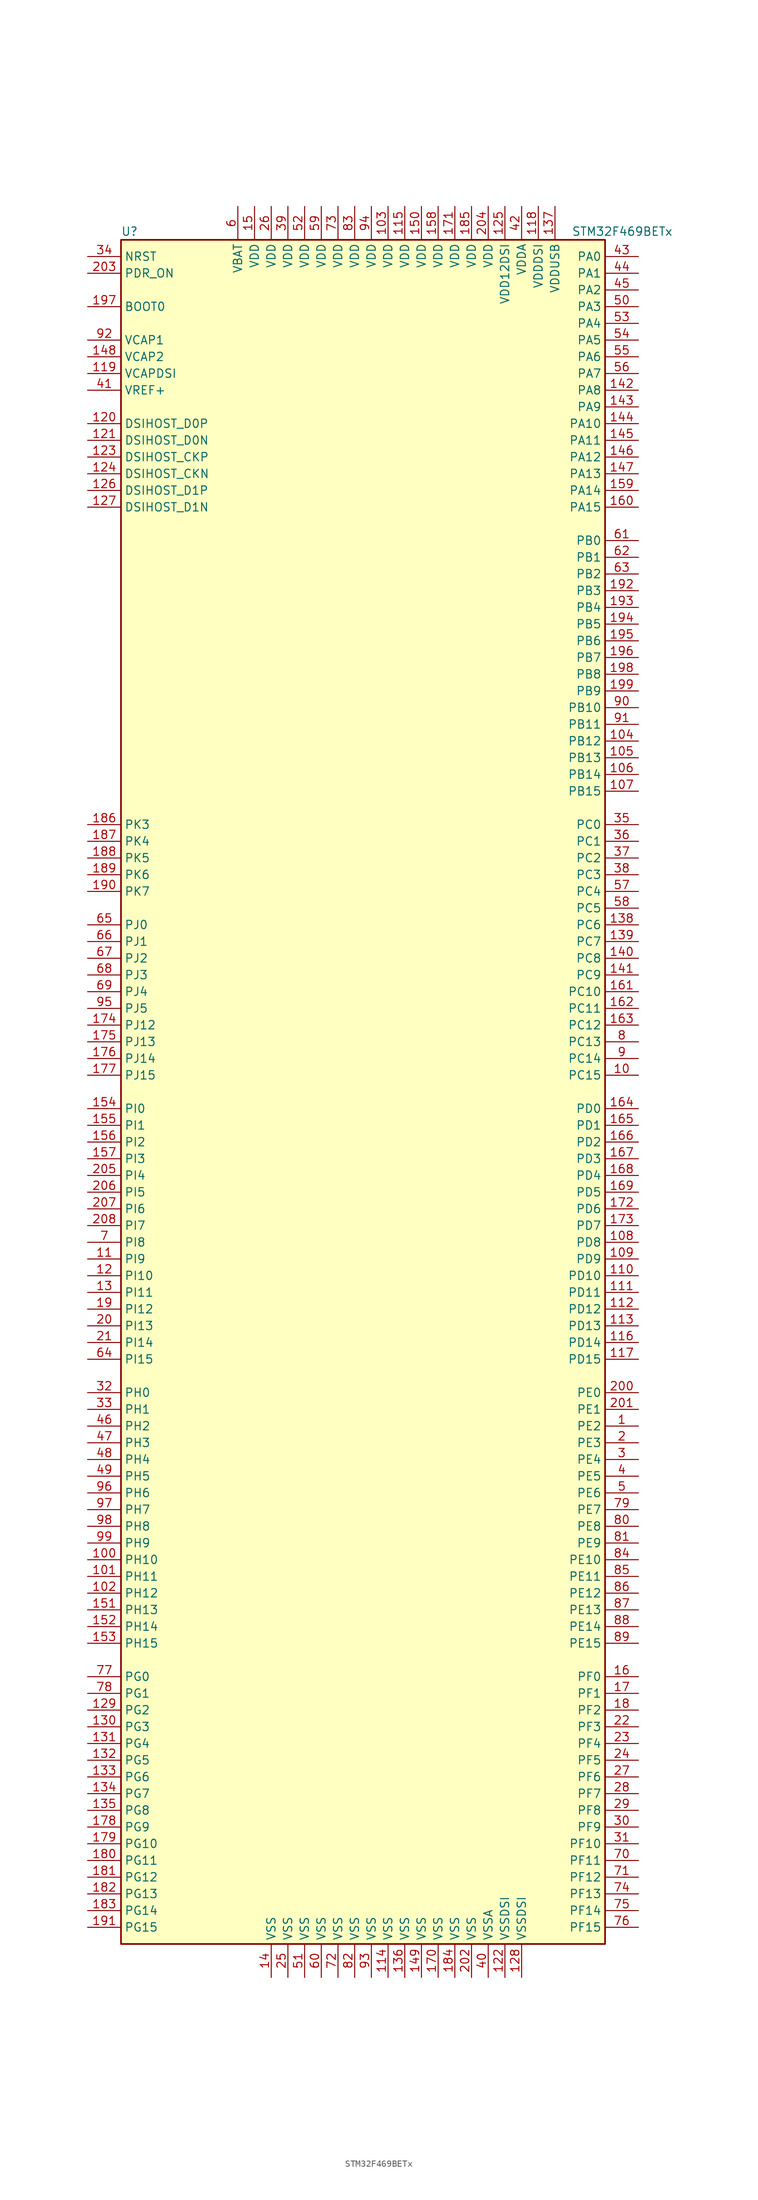
<source format=kicad_sym>
(kicad_symbol_lib
  (version 20211014)
  (generator kicad_symbol_editor)
  (symbol "STM32F469BETx"
    (property "Reference" "U"
      (at -38.1 130.81 0)
      (effects (font (size 1.27 1.27)) (justify left)))
    (property "Value" "STM32F469BETx"
      (at 30.48 130.81 0)
      (effects (font (size 1.27 1.27)) (justify left)))
    (symbol "STM32F469BETx_0_1"
      (rectangle (start -38.1 -129.54) (end 35.56 129.54) (stroke (width 0.254) (type default) (color 0 0 0 0)) (fill (type background))))
    (symbol "STM32F469BETx_1_1"
      (pin bidirectional line (at 40.64 -50.8 180) (length 5.08) (name "PE2" (effects (font (size 1.27 1.27)))) (number "1" (effects (font (size 1.27 1.27)))))
      (pin bidirectional line (at 40.64 2.54 180) (length 5.08) (name "PC15" (effects (font (size 1.27 1.27)))) (number "10" (effects (font (size 1.27 1.27)))))
      (pin bidirectional line (at -43.18 -71.12 0) (length 5.08) (name "PH10" (effects (font (size 1.27 1.27)))) (number "100" (effects (font (size 1.27 1.27)))))
      (pin bidirectional line (at -43.18 -73.66 0) (length 5.08) (name "PH11" (effects (font (size 1.27 1.27)))) (number "101" (effects (font (size 1.27 1.27)))))
      (pin bidirectional line (at -43.18 -76.2 0) (length 5.08) (name "PH12" (effects (font (size 1.27 1.27)))) (number "102" (effects (font (size 1.27 1.27)))))
      (pin power_in line (at 2.54 134.62 270) (length 5.08) (name "VDD" (effects (font (size 1.27 1.27)))) (number "103" (effects (font (size 1.27 1.27)))))
      (pin bidirectional line (at 40.64 53.34 180) (length 5.08) (name "PB12" (effects (font (size 1.27 1.27)))) (number "104" (effects (font (size 1.27 1.27)))))
      (pin bidirectional line (at 40.64 50.8 180) (length 5.08) (name "PB13" (effects (font (size 1.27 1.27)))) (number "105" (effects (font (size 1.27 1.27)))))
      (pin bidirectional line (at 40.64 48.26 180) (length 5.08) (name "PB14" (effects (font (size 1.27 1.27)))) (number "106" (effects (font (size 1.27 1.27)))))
      (pin bidirectional line (at 40.64 45.72 180) (length 5.08) (name "PB15" (effects (font (size 1.27 1.27)))) (number "107" (effects (font (size 1.27 1.27)))))
      (pin bidirectional line (at 40.64 -22.86 180) (length 5.08) (name "PD8" (effects (font (size 1.27 1.27)))) (number "108" (effects (font (size 1.27 1.27)))))
      (pin bidirectional line (at 40.64 -25.4 180) (length 5.08) (name "PD9" (effects (font (size 1.27 1.27)))) (number "109" (effects (font (size 1.27 1.27)))))
      (pin bidirectional line (at -43.18 -25.4 0) (length 5.08) (name "PI9" (effects (font (size 1.27 1.27)))) (number "11" (effects (font (size 1.27 1.27)))))
      (pin bidirectional line (at 40.64 -27.94 180) (length 5.08) (name "PD10" (effects (font (size 1.27 1.27)))) (number "110" (effects (font (size 1.27 1.27)))))
      (pin bidirectional line (at 40.64 -30.48 180) (length 5.08) (name "PD11" (effects (font (size 1.27 1.27)))) (number "111" (effects (font (size 1.27 1.27)))))
      (pin bidirectional line (at 40.64 -33.02 180) (length 5.08) (name "PD12" (effects (font (size 1.27 1.27)))) (number "112" (effects (font (size 1.27 1.27)))))
      (pin bidirectional line (at 40.64 -35.56 180) (length 5.08) (name "PD13" (effects (font (size 1.27 1.27)))) (number "113" (effects (font (size 1.27 1.27)))))
      (pin power_in line (at 2.54 -134.62 90) (length 5.08) (name "VSS" (effects (font (size 1.27 1.27)))) (number "114" (effects (font (size 1.27 1.27)))))
      (pin power_in line (at 5.08 134.62 270) (length 5.08) (name "VDD" (effects (font (size 1.27 1.27)))) (number "115" (effects (font (size 1.27 1.27)))))
      (pin bidirectional line (at 40.64 -38.1 180) (length 5.08) (name "PD14" (effects (font (size 1.27 1.27)))) (number "116" (effects (font (size 1.27 1.27)))))
      (pin bidirectional line (at 40.64 -40.64 180) (length 5.08) (name "PD15" (effects (font (size 1.27 1.27)))) (number "117" (effects (font (size 1.27 1.27)))))
      (pin power_in line (at 25.4 134.62 270) (length 5.08) (name "VDDDSI" (effects (font (size 1.27 1.27)))) (number "118" (effects (font (size 1.27 1.27)))))
      (pin power_in line (at -43.18 109.22 0) (length 5.08) (name "VCAPDSI" (effects (font (size 1.27 1.27)))) (number "119" (effects (font (size 1.27 1.27)))))
      (pin bidirectional line (at -43.18 -27.94 0) (length 5.08) (name "PI10" (effects (font (size 1.27 1.27)))) (number "12" (effects (font (size 1.27 1.27)))))
      (pin bidirectional line (at -43.18 101.6 0) (length 5.08) (name "DSIHOST_D0P" (effects (font (size 1.27 1.27)))) (number "120" (effects (font (size 1.27 1.27)))))
      (pin bidirectional line (at -43.18 99.06 0) (length 5.08) (name "DSIHOST_D0N" (effects (font (size 1.27 1.27)))) (number "121" (effects (font (size 1.27 1.27)))))
      (pin power_in line (at 20.32 -134.62 90) (length 5.08) (name "VSSDSI" (effects (font (size 1.27 1.27)))) (number "122" (effects (font (size 1.27 1.27)))))
      (pin bidirectional line (at -43.18 96.52 0) (length 5.08) (name "DSIHOST_CKP" (effects (font (size 1.27 1.27)))) (number "123" (effects (font (size 1.27 1.27)))))
      (pin bidirectional line (at -43.18 93.98 0) (length 5.08) (name "DSIHOST_CKN" (effects (font (size 1.27 1.27)))) (number "124" (effects (font (size 1.27 1.27)))))
      (pin power_in line (at 20.32 134.62 270) (length 5.08) (name "VDD12DSI" (effects (font (size 1.27 1.27)))) (number "125" (effects (font (size 1.27 1.27)))))
      (pin bidirectional line (at -43.18 91.44 0) (length 5.08) (name "DSIHOST_D1P" (effects (font (size 1.27 1.27)))) (number "126" (effects (font (size 1.27 1.27)))))
      (pin bidirectional line (at -43.18 88.9 0) (length 5.08) (name "DSIHOST_D1N" (effects (font (size 1.27 1.27)))) (number "127" (effects (font (size 1.27 1.27)))))
      (pin power_in line (at 22.86 -134.62 90) (length 5.08) (name "VSSDSI" (effects (font (size 1.27 1.27)))) (number "128" (effects (font (size 1.27 1.27)))))
      (pin bidirectional line (at -43.18 -93.98 0) (length 5.08) (name "PG2" (effects (font (size 1.27 1.27)))) (number "129" (effects (font (size 1.27 1.27)))))
      (pin bidirectional line (at -43.18 -30.48 0) (length 5.08) (name "PI11" (effects (font (size 1.27 1.27)))) (number "13" (effects (font (size 1.27 1.27)))))
      (pin bidirectional line (at -43.18 -96.52 0) (length 5.08) (name "PG3" (effects (font (size 1.27 1.27)))) (number "130" (effects (font (size 1.27 1.27)))))
      (pin bidirectional line (at -43.18 -99.06 0) (length 5.08) (name "PG4" (effects (font (size 1.27 1.27)))) (number "131" (effects (font (size 1.27 1.27)))))
      (pin bidirectional line (at -43.18 -101.6 0) (length 5.08) (name "PG5" (effects (font (size 1.27 1.27)))) (number "132" (effects (font (size 1.27 1.27)))))
      (pin bidirectional line (at -43.18 -104.14 0) (length 5.08) (name "PG6" (effects (font (size 1.27 1.27)))) (number "133" (effects (font (size 1.27 1.27)))))
      (pin bidirectional line (at -43.18 -106.68 0) (length 5.08) (name "PG7" (effects (font (size 1.27 1.27)))) (number "134" (effects (font (size 1.27 1.27)))))
      (pin bidirectional line (at -43.18 -109.22 0) (length 5.08) (name "PG8" (effects (font (size 1.27 1.27)))) (number "135" (effects (font (size 1.27 1.27)))))
      (pin power_in line (at 5.08 -134.62 90) (length 5.08) (name "VSS" (effects (font (size 1.27 1.27)))) (number "136" (effects (font (size 1.27 1.27)))))
      (pin power_in line (at 27.94 134.62 270) (length 5.08) (name "VDDUSB" (effects (font (size 1.27 1.27)))) (number "137" (effects (font (size 1.27 1.27)))))
      (pin bidirectional line (at 40.64 25.4 180) (length 5.08) (name "PC6" (effects (font (size 1.27 1.27)))) (number "138" (effects (font (size 1.27 1.27)))))
      (pin bidirectional line (at 40.64 22.86 180) (length 5.08) (name "PC7" (effects (font (size 1.27 1.27)))) (number "139" (effects (font (size 1.27 1.27)))))
      (pin power_in line (at -15.24 -134.62 90) (length 5.08) (name "VSS" (effects (font (size 1.27 1.27)))) (number "14" (effects (font (size 1.27 1.27)))))
      (pin bidirectional line (at 40.64 20.32 180) (length 5.08) (name "PC8" (effects (font (size 1.27 1.27)))) (number "140" (effects (font (size 1.27 1.27)))))
      (pin bidirectional line (at 40.64 17.78 180) (length 5.08) (name "PC9" (effects (font (size 1.27 1.27)))) (number "141" (effects (font (size 1.27 1.27)))))
      (pin bidirectional line (at 40.64 106.68 180) (length 5.08) (name "PA8" (effects (font (size 1.27 1.27)))) (number "142" (effects (font (size 1.27 1.27)))))
      (pin bidirectional line (at 40.64 104.14 180) (length 5.08) (name "PA9" (effects (font (size 1.27 1.27)))) (number "143" (effects (font (size 1.27 1.27)))))
      (pin bidirectional line (at 40.64 101.6 180) (length 5.08) (name "PA10" (effects (font (size 1.27 1.27)))) (number "144" (effects (font (size 1.27 1.27)))))
      (pin bidirectional line (at 40.64 99.06 180) (length 5.08) (name "PA11" (effects (font (size 1.27 1.27)))) (number "145" (effects (font (size 1.27 1.27)))))
      (pin bidirectional line (at 40.64 96.52 180) (length 5.08) (name "PA12" (effects (font (size 1.27 1.27)))) (number "146" (effects (font (size 1.27 1.27)))))
      (pin bidirectional line (at 40.64 93.98 180) (length 5.08) (name "PA13" (effects (font (size 1.27 1.27)))) (number "147" (effects (font (size 1.27 1.27)))))
      (pin power_in line (at -43.18 111.76 0) (length 5.08) (name "VCAP2" (effects (font (size 1.27 1.27)))) (number "148" (effects (font (size 1.27 1.27)))))
      (pin power_in line (at 7.62 -134.62 90) (length 5.08) (name "VSS" (effects (font (size 1.27 1.27)))) (number "149" (effects (font (size 1.27 1.27)))))
      (pin power_in line (at -17.78 134.62 270) (length 5.08) (name "VDD" (effects (font (size 1.27 1.27)))) (number "15" (effects (font (size 1.27 1.27)))))
      (pin power_in line (at 7.62 134.62 270) (length 5.08) (name "VDD" (effects (font (size 1.27 1.27)))) (number "150" (effects (font (size 1.27 1.27)))))
      (pin bidirectional line (at -43.18 -78.74 0) (length 5.08) (name "PH13" (effects (font (size 1.27 1.27)))) (number "151" (effects (font (size 1.27 1.27)))))
      (pin bidirectional line (at -43.18 -81.28 0) (length 5.08) (name "PH14" (effects (font (size 1.27 1.27)))) (number "152" (effects (font (size 1.27 1.27)))))
      (pin bidirectional line (at -43.18 -83.82 0) (length 5.08) (name "PH15" (effects (font (size 1.27 1.27)))) (number "153" (effects (font (size 1.27 1.27)))))
      (pin bidirectional line (at -43.18 -2.54 0) (length 5.08) (name "PI0" (effects (font (size 1.27 1.27)))) (number "154" (effects (font (size 1.27 1.27)))))
      (pin bidirectional line (at -43.18 -5.08 0) (length 5.08) (name "PI1" (effects (font (size 1.27 1.27)))) (number "155" (effects (font (size 1.27 1.27)))))
      (pin bidirectional line (at -43.18 -7.62 0) (length 5.08) (name "PI2" (effects (font (size 1.27 1.27)))) (number "156" (effects (font (size 1.27 1.27)))))
      (pin bidirectional line (at -43.18 -10.16 0) (length 5.08) (name "PI3" (effects (font (size 1.27 1.27)))) (number "157" (effects (font (size 1.27 1.27)))))
      (pin power_in line (at 10.16 134.62 270) (length 5.08) (name "VDD" (effects (font (size 1.27 1.27)))) (number "158" (effects (font (size 1.27 1.27)))))
      (pin bidirectional line (at 40.64 91.44 180) (length 5.08) (name "PA14" (effects (font (size 1.27 1.27)))) (number "159" (effects (font (size 1.27 1.27)))))
      (pin bidirectional line (at 40.64 -88.9 180) (length 5.08) (name "PF0" (effects (font (size 1.27 1.27)))) (number "16" (effects (font (size 1.27 1.27)))))
      (pin bidirectional line (at 40.64 88.9 180) (length 5.08) (name "PA15" (effects (font (size 1.27 1.27)))) (number "160" (effects (font (size 1.27 1.27)))))
      (pin bidirectional line (at 40.64 15.24 180) (length 5.08) (name "PC10" (effects (font (size 1.27 1.27)))) (number "161" (effects (font (size 1.27 1.27)))))
      (pin bidirectional line (at 40.64 12.7 180) (length 5.08) (name "PC11" (effects (font (size 1.27 1.27)))) (number "162" (effects (font (size 1.27 1.27)))))
      (pin bidirectional line (at 40.64 10.16 180) (length 5.08) (name "PC12" (effects (font (size 1.27 1.27)))) (number "163" (effects (font (size 1.27 1.27)))))
      (pin bidirectional line (at 40.64 -2.54 180) (length 5.08) (name "PD0" (effects (font (size 1.27 1.27)))) (number "164" (effects (font (size 1.27 1.27)))))
      (pin bidirectional line (at 40.64 -5.08 180) (length 5.08) (name "PD1" (effects (font (size 1.27 1.27)))) (number "165" (effects (font (size 1.27 1.27)))))
      (pin bidirectional line (at 40.64 -7.62 180) (length 5.08) (name "PD2" (effects (font (size 1.27 1.27)))) (number "166" (effects (font (size 1.27 1.27)))))
      (pin bidirectional line (at 40.64 -10.16 180) (length 5.08) (name "PD3" (effects (font (size 1.27 1.27)))) (number "167" (effects (font (size 1.27 1.27)))))
      (pin bidirectional line (at 40.64 -12.7 180) (length 5.08) (name "PD4" (effects (font (size 1.27 1.27)))) (number "168" (effects (font (size 1.27 1.27)))))
      (pin bidirectional line (at 40.64 -15.24 180) (length 5.08) (name "PD5" (effects (font (size 1.27 1.27)))) (number "169" (effects (font (size 1.27 1.27)))))
      (pin bidirectional line (at 40.64 -91.44 180) (length 5.08) (name "PF1" (effects (font (size 1.27 1.27)))) (number "17" (effects (font (size 1.27 1.27)))))
      (pin power_in line (at 10.16 -134.62 90) (length 5.08) (name "VSS" (effects (font (size 1.27 1.27)))) (number "170" (effects (font (size 1.27 1.27)))))
      (pin power_in line (at 12.7 134.62 270) (length 5.08) (name "VDD" (effects (font (size 1.27 1.27)))) (number "171" (effects (font (size 1.27 1.27)))))
      (pin bidirectional line (at 40.64 -17.78 180) (length 5.08) (name "PD6" (effects (font (size 1.27 1.27)))) (number "172" (effects (font (size 1.27 1.27)))))
      (pin bidirectional line (at 40.64 -20.32 180) (length 5.08) (name "PD7" (effects (font (size 1.27 1.27)))) (number "173" (effects (font (size 1.27 1.27)))))
      (pin bidirectional line (at -43.18 10.16 0) (length 5.08) (name "PJ12" (effects (font (size 1.27 1.27)))) (number "174" (effects (font (size 1.27 1.27)))))
      (pin bidirectional line (at -43.18 7.62 0) (length 5.08) (name "PJ13" (effects (font (size 1.27 1.27)))) (number "175" (effects (font (size 1.27 1.27)))))
      (pin bidirectional line (at -43.18 5.08 0) (length 5.08) (name "PJ14" (effects (font (size 1.27 1.27)))) (number "176" (effects (font (size 1.27 1.27)))))
      (pin bidirectional line (at -43.18 2.54 0) (length 5.08) (name "PJ15" (effects (font (size 1.27 1.27)))) (number "177" (effects (font (size 1.27 1.27)))))
      (pin bidirectional line (at -43.18 -111.76 0) (length 5.08) (name "PG9" (effects (font (size 1.27 1.27)))) (number "178" (effects (font (size 1.27 1.27)))))
      (pin bidirectional line (at -43.18 -114.3 0) (length 5.08) (name "PG10" (effects (font (size 1.27 1.27)))) (number "179" (effects (font (size 1.27 1.27)))))
      (pin bidirectional line (at 40.64 -93.98 180) (length 5.08) (name "PF2" (effects (font (size 1.27 1.27)))) (number "18" (effects (font (size 1.27 1.27)))))
      (pin bidirectional line (at -43.18 -116.84 0) (length 5.08) (name "PG11" (effects (font (size 1.27 1.27)))) (number "180" (effects (font (size 1.27 1.27)))))
      (pin bidirectional line (at -43.18 -119.38 0) (length 5.08) (name "PG12" (effects (font (size 1.27 1.27)))) (number "181" (effects (font (size 1.27 1.27)))))
      (pin bidirectional line (at -43.18 -121.92 0) (length 5.08) (name "PG13" (effects (font (size 1.27 1.27)))) (number "182" (effects (font (size 1.27 1.27)))))
      (pin bidirectional line (at -43.18 -124.46 0) (length 5.08) (name "PG14" (effects (font (size 1.27 1.27)))) (number "183" (effects (font (size 1.27 1.27)))))
      (pin power_in line (at 12.7 -134.62 90) (length 5.08) (name "VSS" (effects (font (size 1.27 1.27)))) (number "184" (effects (font (size 1.27 1.27)))))
      (pin power_in line (at 15.24 134.62 270) (length 5.08) (name "VDD" (effects (font (size 1.27 1.27)))) (number "185" (effects (font (size 1.27 1.27)))))
      (pin bidirectional line (at -43.18 40.64 0) (length 5.08) (name "PK3" (effects (font (size 1.27 1.27)))) (number "186" (effects (font (size 1.27 1.27)))))
      (pin bidirectional line (at -43.18 38.1 0) (length 5.08) (name "PK4" (effects (font (size 1.27 1.27)))) (number "187" (effects (font (size 1.27 1.27)))))
      (pin bidirectional line (at -43.18 35.56 0) (length 5.08) (name "PK5" (effects (font (size 1.27 1.27)))) (number "188" (effects (font (size 1.27 1.27)))))
      (pin bidirectional line (at -43.18 33.02 0) (length 5.08) (name "PK6" (effects (font (size 1.27 1.27)))) (number "189" (effects (font (size 1.27 1.27)))))
      (pin bidirectional line (at -43.18 -33.02 0) (length 5.08) (name "PI12" (effects (font (size 1.27 1.27)))) (number "19" (effects (font (size 1.27 1.27)))))
      (pin bidirectional line (at -43.18 30.48 0) (length 5.08) (name "PK7" (effects (font (size 1.27 1.27)))) (number "190" (effects (font (size 1.27 1.27)))))
      (pin bidirectional line (at -43.18 -127 0) (length 5.08) (name "PG15" (effects (font (size 1.27 1.27)))) (number "191" (effects (font (size 1.27 1.27)))))
      (pin bidirectional line (at 40.64 76.2 180) (length 5.08) (name "PB3" (effects (font (size 1.27 1.27)))) (number "192" (effects (font (size 1.27 1.27)))))
      (pin bidirectional line (at 40.64 73.66 180) (length 5.08) (name "PB4" (effects (font (size 1.27 1.27)))) (number "193" (effects (font (size 1.27 1.27)))))
      (pin bidirectional line (at 40.64 71.12 180) (length 5.08) (name "PB5" (effects (font (size 1.27 1.27)))) (number "194" (effects (font (size 1.27 1.27)))))
      (pin bidirectional line (at 40.64 68.58 180) (length 5.08) (name "PB6" (effects (font (size 1.27 1.27)))) (number "195" (effects (font (size 1.27 1.27)))))
      (pin bidirectional line (at 40.64 66.04 180) (length 5.08) (name "PB7" (effects (font (size 1.27 1.27)))) (number "196" (effects (font (size 1.27 1.27)))))
      (pin input line (at -43.18 119.38 0) (length 5.08) (name "BOOT0" (effects (font (size 1.27 1.27)))) (number "197" (effects (font (size 1.27 1.27)))))
      (pin bidirectional line (at 40.64 63.5 180) (length 5.08) (name "PB8" (effects (font (size 1.27 1.27)))) (number "198" (effects (font (size 1.27 1.27)))))
      (pin bidirectional line (at 40.64 60.96 180) (length 5.08) (name "PB9" (effects (font (size 1.27 1.27)))) (number "199" (effects (font (size 1.27 1.27)))))
      (pin bidirectional line (at 40.64 -53.34 180) (length 5.08) (name "PE3" (effects (font (size 1.27 1.27)))) (number "2" (effects (font (size 1.27 1.27)))))
      (pin bidirectional line (at -43.18 -35.56 0) (length 5.08) (name "PI13" (effects (font (size 1.27 1.27)))) (number "20" (effects (font (size 1.27 1.27)))))
      (pin bidirectional line (at 40.64 -45.72 180) (length 5.08) (name "PE0" (effects (font (size 1.27 1.27)))) (number "200" (effects (font (size 1.27 1.27)))))
      (pin bidirectional line (at 40.64 -48.26 180) (length 5.08) (name "PE1" (effects (font (size 1.27 1.27)))) (number "201" (effects (font (size 1.27 1.27)))))
      (pin power_in line (at 15.24 -134.62 90) (length 5.08) (name "VSS" (effects (font (size 1.27 1.27)))) (number "202" (effects (font (size 1.27 1.27)))))
      (pin input line (at -43.18 124.46 0) (length 5.08) (name "PDR_ON" (effects (font (size 1.27 1.27)))) (number "203" (effects (font (size 1.27 1.27)))))
      (pin power_in line (at 17.78 134.62 270) (length 5.08) (name "VDD" (effects (font (size 1.27 1.27)))) (number "204" (effects (font (size 1.27 1.27)))))
      (pin bidirectional line (at -43.18 -12.7 0) (length 5.08) (name "PI4" (effects (font (size 1.27 1.27)))) (number "205" (effects (font (size 1.27 1.27)))))
      (pin bidirectional line (at -43.18 -15.24 0) (length 5.08) (name "PI5" (effects (font (size 1.27 1.27)))) (number "206" (effects (font (size 1.27 1.27)))))
      (pin bidirectional line (at -43.18 -17.78 0) (length 5.08) (name "PI6" (effects (font (size 1.27 1.27)))) (number "207" (effects (font (size 1.27 1.27)))))
      (pin bidirectional line (at -43.18 -20.32 0) (length 5.08) (name "PI7" (effects (font (size 1.27 1.27)))) (number "208" (effects (font (size 1.27 1.27)))))
      (pin bidirectional line (at -43.18 -38.1 0) (length 5.08) (name "PI14" (effects (font (size 1.27 1.27)))) (number "21" (effects (font (size 1.27 1.27)))))
      (pin bidirectional line (at 40.64 -96.52 180) (length 5.08) (name "PF3" (effects (font (size 1.27 1.27)))) (number "22" (effects (font (size 1.27 1.27)))))
      (pin bidirectional line (at 40.64 -99.06 180) (length 5.08) (name "PF4" (effects (font (size 1.27 1.27)))) (number "23" (effects (font (size 1.27 1.27)))))
      (pin bidirectional line (at 40.64 -101.6 180) (length 5.08) (name "PF5" (effects (font (size 1.27 1.27)))) (number "24" (effects (font (size 1.27 1.27)))))
      (pin power_in line (at -12.7 -134.62 90) (length 5.08) (name "VSS" (effects (font (size 1.27 1.27)))) (number "25" (effects (font (size 1.27 1.27)))))
      (pin power_in line (at -15.24 134.62 270) (length 5.08) (name "VDD" (effects (font (size 1.27 1.27)))) (number "26" (effects (font (size 1.27 1.27)))))
      (pin bidirectional line (at 40.64 -104.14 180) (length 5.08) (name "PF6" (effects (font (size 1.27 1.27)))) (number "27" (effects (font (size 1.27 1.27)))))
      (pin bidirectional line (at 40.64 -106.68 180) (length 5.08) (name "PF7" (effects (font (size 1.27 1.27)))) (number "28" (effects (font (size 1.27 1.27)))))
      (pin bidirectional line (at 40.64 -109.22 180) (length 5.08) (name "PF8" (effects (font (size 1.27 1.27)))) (number "29" (effects (font (size 1.27 1.27)))))
      (pin bidirectional line (at 40.64 -55.88 180) (length 5.08) (name "PE4" (effects (font (size 1.27 1.27)))) (number "3" (effects (font (size 1.27 1.27)))))
      (pin bidirectional line (at 40.64 -111.76 180) (length 5.08) (name "PF9" (effects (font (size 1.27 1.27)))) (number "30" (effects (font (size 1.27 1.27)))))
      (pin bidirectional line (at 40.64 -114.3 180) (length 5.08) (name "PF10" (effects (font (size 1.27 1.27)))) (number "31" (effects (font (size 1.27 1.27)))))
      (pin input line (at -43.18 -45.72 0) (length 5.08) (name "PH0" (effects (font (size 1.27 1.27)))) (number "32" (effects (font (size 1.27 1.27)))))
      (pin input line (at -43.18 -48.26 0) (length 5.08) (name "PH1" (effects (font (size 1.27 1.27)))) (number "33" (effects (font (size 1.27 1.27)))))
      (pin input line (at -43.18 127 0) (length 5.08) (name "NRST" (effects (font (size 1.27 1.27)))) (number "34" (effects (font (size 1.27 1.27)))))
      (pin bidirectional line (at 40.64 40.64 180) (length 5.08) (name "PC0" (effects (font (size 1.27 1.27)))) (number "35" (effects (font (size 1.27 1.27)))))
      (pin bidirectional line (at 40.64 38.1 180) (length 5.08) (name "PC1" (effects (font (size 1.27 1.27)))) (number "36" (effects (font (size 1.27 1.27)))))
      (pin bidirectional line (at 40.64 35.56 180) (length 5.08) (name "PC2" (effects (font (size 1.27 1.27)))) (number "37" (effects (font (size 1.27 1.27)))))
      (pin bidirectional line (at 40.64 33.02 180) (length 5.08) (name "PC3" (effects (font (size 1.27 1.27)))) (number "38" (effects (font (size 1.27 1.27)))))
      (pin power_in line (at -12.7 134.62 270) (length 5.08) (name "VDD" (effects (font (size 1.27 1.27)))) (number "39" (effects (font (size 1.27 1.27)))))
      (pin bidirectional line (at 40.64 -58.42 180) (length 5.08) (name "PE5" (effects (font (size 1.27 1.27)))) (number "4" (effects (font (size 1.27 1.27)))))
      (pin power_in line (at 17.78 -134.62 90) (length 5.08) (name "VSSA" (effects (font (size 1.27 1.27)))) (number "40" (effects (font (size 1.27 1.27)))))
      (pin power_in line (at -43.18 106.68 0) (length 5.08) (name "VREF+" (effects (font (size 1.27 1.27)))) (number "41" (effects (font (size 1.27 1.27)))))
      (pin power_in line (at 22.86 134.62 270) (length 5.08) (name "VDDA" (effects (font (size 1.27 1.27)))) (number "42" (effects (font (size 1.27 1.27)))))
      (pin bidirectional line (at 40.64 127 180) (length 5.08) (name "PA0" (effects (font (size 1.27 1.27)))) (number "43" (effects (font (size 1.27 1.27)))))
      (pin bidirectional line (at 40.64 124.46 180) (length 5.08) (name "PA1" (effects (font (size 1.27 1.27)))) (number "44" (effects (font (size 1.27 1.27)))))
      (pin bidirectional line (at 40.64 121.92 180) (length 5.08) (name "PA2" (effects (font (size 1.27 1.27)))) (number "45" (effects (font (size 1.27 1.27)))))
      (pin bidirectional line (at -43.18 -50.8 0) (length 5.08) (name "PH2" (effects (font (size 1.27 1.27)))) (number "46" (effects (font (size 1.27 1.27)))))
      (pin bidirectional line (at -43.18 -53.34 0) (length 5.08) (name "PH3" (effects (font (size 1.27 1.27)))) (number "47" (effects (font (size 1.27 1.27)))))
      (pin bidirectional line (at -43.18 -55.88 0) (length 5.08) (name "PH4" (effects (font (size 1.27 1.27)))) (number "48" (effects (font (size 1.27 1.27)))))
      (pin bidirectional line (at -43.18 -58.42 0) (length 5.08) (name "PH5" (effects (font (size 1.27 1.27)))) (number "49" (effects (font (size 1.27 1.27)))))
      (pin bidirectional line (at 40.64 -60.96 180) (length 5.08) (name "PE6" (effects (font (size 1.27 1.27)))) (number "5" (effects (font (size 1.27 1.27)))))
      (pin bidirectional line (at 40.64 119.38 180) (length 5.08) (name "PA3" (effects (font (size 1.27 1.27)))) (number "50" (effects (font (size 1.27 1.27)))))
      (pin power_in line (at -10.16 -134.62 90) (length 5.08) (name "VSS" (effects (font (size 1.27 1.27)))) (number "51" (effects (font (size 1.27 1.27)))))
      (pin power_in line (at -10.16 134.62 270) (length 5.08) (name "VDD" (effects (font (size 1.27 1.27)))) (number "52" (effects (font (size 1.27 1.27)))))
      (pin bidirectional line (at 40.64 116.84 180) (length 5.08) (name "PA4" (effects (font (size 1.27 1.27)))) (number "53" (effects (font (size 1.27 1.27)))))
      (pin bidirectional line (at 40.64 114.3 180) (length 5.08) (name "PA5" (effects (font (size 1.27 1.27)))) (number "54" (effects (font (size 1.27 1.27)))))
      (pin bidirectional line (at 40.64 111.76 180) (length 5.08) (name "PA6" (effects (font (size 1.27 1.27)))) (number "55" (effects (font (size 1.27 1.27)))))
      (pin bidirectional line (at 40.64 109.22 180) (length 5.08) (name "PA7" (effects (font (size 1.27 1.27)))) (number "56" (effects (font (size 1.27 1.27)))))
      (pin bidirectional line (at 40.64 30.48 180) (length 5.08) (name "PC4" (effects (font (size 1.27 1.27)))) (number "57" (effects (font (size 1.27 1.27)))))
      (pin bidirectional line (at 40.64 27.94 180) (length 5.08) (name "PC5" (effects (font (size 1.27 1.27)))) (number "58" (effects (font (size 1.27 1.27)))))
      (pin power_in line (at -7.62 134.62 270) (length 5.08) (name "VDD" (effects (font (size 1.27 1.27)))) (number "59" (effects (font (size 1.27 1.27)))))
      (pin power_in line (at -20.32 134.62 270) (length 5.08) (name "VBAT" (effects (font (size 1.27 1.27)))) (number "6" (effects (font (size 1.27 1.27)))))
      (pin power_in line (at -7.62 -134.62 90) (length 5.08) (name "VSS" (effects (font (size 1.27 1.27)))) (number "60" (effects (font (size 1.27 1.27)))))
      (pin bidirectional line (at 40.64 83.82 180) (length 5.08) (name "PB0" (effects (font (size 1.27 1.27)))) (number "61" (effects (font (size 1.27 1.27)))))
      (pin bidirectional line (at 40.64 81.28 180) (length 5.08) (name "PB1" (effects (font (size 1.27 1.27)))) (number "62" (effects (font (size 1.27 1.27)))))
      (pin bidirectional line (at 40.64 78.74 180) (length 5.08) (name "PB2" (effects (font (size 1.27 1.27)))) (number "63" (effects (font (size 1.27 1.27)))))
      (pin bidirectional line (at -43.18 -40.64 0) (length 5.08) (name "PI15" (effects (font (size 1.27 1.27)))) (number "64" (effects (font (size 1.27 1.27)))))
      (pin bidirectional line (at -43.18 25.4 0) (length 5.08) (name "PJ0" (effects (font (size 1.27 1.27)))) (number "65" (effects (font (size 1.27 1.27)))))
      (pin bidirectional line (at -43.18 22.86 0) (length 5.08) (name "PJ1" (effects (font (size 1.27 1.27)))) (number "66" (effects (font (size 1.27 1.27)))))
      (pin bidirectional line (at -43.18 20.32 0) (length 5.08) (name "PJ2" (effects (font (size 1.27 1.27)))) (number "67" (effects (font (size 1.27 1.27)))))
      (pin bidirectional line (at -43.18 17.78 0) (length 5.08) (name "PJ3" (effects (font (size 1.27 1.27)))) (number "68" (effects (font (size 1.27 1.27)))))
      (pin bidirectional line (at -43.18 15.24 0) (length 5.08) (name "PJ4" (effects (font (size 1.27 1.27)))) (number "69" (effects (font (size 1.27 1.27)))))
      (pin bidirectional line (at -43.18 -22.86 0) (length 5.08) (name "PI8" (effects (font (size 1.27 1.27)))) (number "7" (effects (font (size 1.27 1.27)))))
      (pin bidirectional line (at 40.64 -116.84 180) (length 5.08) (name "PF11" (effects (font (size 1.27 1.27)))) (number "70" (effects (font (size 1.27 1.27)))))
      (pin bidirectional line (at 40.64 -119.38 180) (length 5.08) (name "PF12" (effects (font (size 1.27 1.27)))) (number "71" (effects (font (size 1.27 1.27)))))
      (pin power_in line (at -5.08 -134.62 90) (length 5.08) (name "VSS" (effects (font (size 1.27 1.27)))) (number "72" (effects (font (size 1.27 1.27)))))
      (pin power_in line (at -5.08 134.62 270) (length 5.08) (name "VDD" (effects (font (size 1.27 1.27)))) (number "73" (effects (font (size 1.27 1.27)))))
      (pin bidirectional line (at 40.64 -121.92 180) (length 5.08) (name "PF13" (effects (font (size 1.27 1.27)))) (number "74" (effects (font (size 1.27 1.27)))))
      (pin bidirectional line (at 40.64 -124.46 180) (length 5.08) (name "PF14" (effects (font (size 1.27 1.27)))) (number "75" (effects (font (size 1.27 1.27)))))
      (pin bidirectional line (at 40.64 -127 180) (length 5.08) (name "PF15" (effects (font (size 1.27 1.27)))) (number "76" (effects (font (size 1.27 1.27)))))
      (pin bidirectional line (at -43.18 -88.9 0) (length 5.08) (name "PG0" (effects (font (size 1.27 1.27)))) (number "77" (effects (font (size 1.27 1.27)))))
      (pin bidirectional line (at -43.18 -91.44 0) (length 5.08) (name "PG1" (effects (font (size 1.27 1.27)))) (number "78" (effects (font (size 1.27 1.27)))))
      (pin bidirectional line (at 40.64 -63.5 180) (length 5.08) (name "PE7" (effects (font (size 1.27 1.27)))) (number "79" (effects (font (size 1.27 1.27)))))
      (pin bidirectional line (at 40.64 7.62 180) (length 5.08) (name "PC13" (effects (font (size 1.27 1.27)))) (number "8" (effects (font (size 1.27 1.27)))))
      (pin bidirectional line (at 40.64 -66.04 180) (length 5.08) (name "PE8" (effects (font (size 1.27 1.27)))) (number "80" (effects (font (size 1.27 1.27)))))
      (pin bidirectional line (at 40.64 -68.58 180) (length 5.08) (name "PE9" (effects (font (size 1.27 1.27)))) (number "81" (effects (font (size 1.27 1.27)))))
      (pin power_in line (at -2.54 -134.62 90) (length 5.08) (name "VSS" (effects (font (size 1.27 1.27)))) (number "82" (effects (font (size 1.27 1.27)))))
      (pin power_in line (at -2.54 134.62 270) (length 5.08) (name "VDD" (effects (font (size 1.27 1.27)))) (number "83" (effects (font (size 1.27 1.27)))))
      (pin bidirectional line (at 40.64 -71.12 180) (length 5.08) (name "PE10" (effects (font (size 1.27 1.27)))) (number "84" (effects (font (size 1.27 1.27)))))
      (pin bidirectional line (at 40.64 -73.66 180) (length 5.08) (name "PE11" (effects (font (size 1.27 1.27)))) (number "85" (effects (font (size 1.27 1.27)))))
      (pin bidirectional line (at 40.64 -76.2 180) (length 5.08) (name "PE12" (effects (font (size 1.27 1.27)))) (number "86" (effects (font (size 1.27 1.27)))))
      (pin bidirectional line (at 40.64 -78.74 180) (length 5.08) (name "PE13" (effects (font (size 1.27 1.27)))) (number "87" (effects (font (size 1.27 1.27)))))
      (pin bidirectional line (at 40.64 -81.28 180) (length 5.08) (name "PE14" (effects (font (size 1.27 1.27)))) (number "88" (effects (font (size 1.27 1.27)))))
      (pin bidirectional line (at 40.64 -83.82 180) (length 5.08) (name "PE15" (effects (font (size 1.27 1.27)))) (number "89" (effects (font (size 1.27 1.27)))))
      (pin bidirectional line (at 40.64 5.08 180) (length 5.08) (name "PC14" (effects (font (size 1.27 1.27)))) (number "9" (effects (font (size 1.27 1.27)))))
      (pin bidirectional line (at 40.64 58.42 180) (length 5.08) (name "PB10" (effects (font (size 1.27 1.27)))) (number "90" (effects (font (size 1.27 1.27)))))
      (pin bidirectional line (at 40.64 55.88 180) (length 5.08) (name "PB11" (effects (font (size 1.27 1.27)))) (number "91" (effects (font (size 1.27 1.27)))))
      (pin power_in line (at -43.18 114.3 0) (length 5.08) (name "VCAP1" (effects (font (size 1.27 1.27)))) (number "92" (effects (font (size 1.27 1.27)))))
      (pin power_in line (at 0 -134.62 90) (length 5.08) (name "VSS" (effects (font (size 1.27 1.27)))) (number "93" (effects (font (size 1.27 1.27)))))
      (pin power_in line (at 0 134.62 270) (length 5.08) (name "VDD" (effects (font (size 1.27 1.27)))) (number "94" (effects (font (size 1.27 1.27)))))
      (pin bidirectional line (at -43.18 12.7 0) (length 5.08) (name "PJ5" (effects (font (size 1.27 1.27)))) (number "95" (effects (font (size 1.27 1.27)))))
      (pin bidirectional line (at -43.18 -60.96 0) (length 5.08) (name "PH6" (effects (font (size 1.27 1.27)))) (number "96" (effects (font (size 1.27 1.27)))))
      (pin bidirectional line (at -43.18 -63.5 0) (length 5.08) (name "PH7" (effects (font (size 1.27 1.27)))) (number "97" (effects (font (size 1.27 1.27)))))
      (pin bidirectional line (at -43.18 -66.04 0) (length 5.08) (name "PH8" (effects (font (size 1.27 1.27)))) (number "98" (effects (font (size 1.27 1.27)))))
      (pin bidirectional line (at -43.18 -68.58 0) (length 5.08) (name "PH9" (effects (font (size 1.27 1.27)))) (number "99" (effects (font (size 1.27 1.27))))))))
</source>
